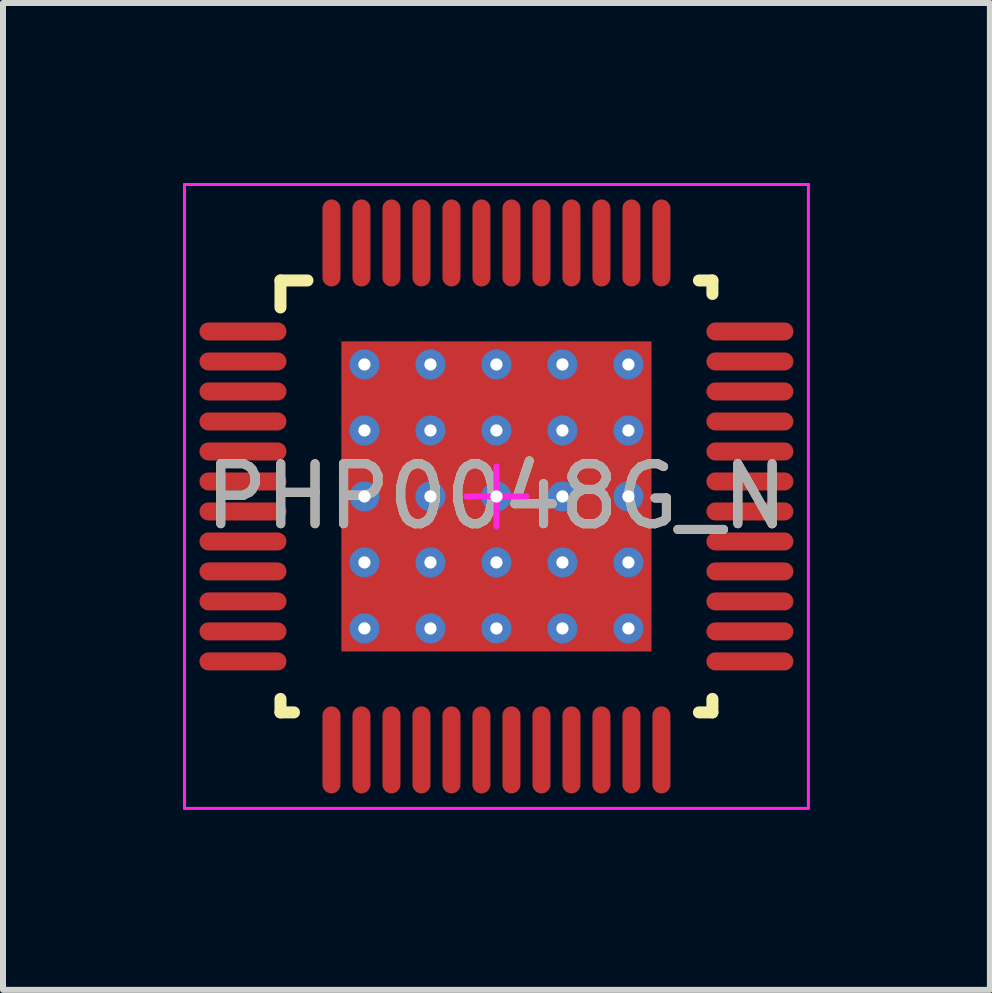
<source format=kicad_pcb>
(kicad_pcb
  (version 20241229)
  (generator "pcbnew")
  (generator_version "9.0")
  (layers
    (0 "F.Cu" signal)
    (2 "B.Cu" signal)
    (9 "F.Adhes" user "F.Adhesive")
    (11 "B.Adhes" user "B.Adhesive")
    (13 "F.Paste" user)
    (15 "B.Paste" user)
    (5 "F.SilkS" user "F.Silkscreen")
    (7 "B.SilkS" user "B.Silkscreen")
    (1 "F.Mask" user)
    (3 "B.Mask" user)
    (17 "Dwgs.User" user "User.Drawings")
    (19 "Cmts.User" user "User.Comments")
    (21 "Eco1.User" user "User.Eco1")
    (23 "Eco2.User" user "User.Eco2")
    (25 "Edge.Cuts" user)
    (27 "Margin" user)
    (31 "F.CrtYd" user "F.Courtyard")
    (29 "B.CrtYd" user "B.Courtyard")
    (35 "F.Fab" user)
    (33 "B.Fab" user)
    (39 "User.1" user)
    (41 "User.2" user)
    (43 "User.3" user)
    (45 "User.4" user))
  (footprint "PHP0048G_N"
    (layer "F.Cu")
    (at 5.225 5.225)
    (property "Reference" "PHP0048G_N" (at 0 0 0) (unlocked yes) (layer "F.SilkS") (effects (font (size 1 1) (thickness 0.15))))
    (attr smd)
    (fp_line (start -3.6 -3.6) (end -3.15 -3.6) (stroke (width 0.2) (type solid)) (layer "F.SilkS"))
    (fp_line (start -3.6 -3.15) (end -3.6 -3.6) (stroke (width 0.2) (type solid)) (layer "F.SilkS"))
    (fp_line (start -3.6 3.6) (end -3.6 3.375) (stroke (width 0.2) (type solid)) (layer "F.SilkS"))
    (fp_line (start -3.6 3.6) (end -3.375 3.6) (stroke (width 0.2) (type solid)) (layer "F.SilkS"))
    (fp_line (start 3.375 -3.6) (end 3.6 -3.6) (stroke (width 0.2) (type solid)) (layer "F.SilkS"))
    (fp_line (start 3.375 3.6) (end 3.6 3.6) (stroke (width 0.2) (type solid)) (layer "F.SilkS"))
    (fp_line (start 3.6 -3.375) (end 3.6 -3.6) (stroke (width 0.2) (type solid)) (layer "F.SilkS"))
    (fp_line (start 3.6 3.6) (end 3.6 3.375) (stroke (width 0.2) (type solid)) (layer "F.SilkS"))
    (fp_line (start -5.2 -5.2) (end 5.2 -5.2) (stroke (width 0.05) (type solid)) (layer "F.CrtYd"))
    (fp_line (start -5.2 5.2) (end -5.2 -5.2) (stroke (width 0.05) (type solid)) (layer "F.CrtYd"))
    (fp_line (start -5.2 5.2) (end 5.2 5.2) (stroke (width 0.05) (type solid)) (layer "F.CrtYd"))
    (fp_line (start -0.5 0) (end 0.5 0) (stroke (width 0.1) (type solid)) (layer "F.CrtYd"))
    (fp_line (start 0 0.5) (end 0 -0.5) (stroke (width 0.1) (type solid)) (layer "F.CrtYd"))
    (fp_line (start 5.2 5.2) (end 5.2 -5.2) (stroke (width 0.05) (type solid)) (layer "F.CrtYd"))
    (fp_text user "${REFERENCE}" (at 0 0 0) (unlocked yes) (layer "F.Fab") (effects (font (size 1 1) (thickness 0.15))))
    (pad "1" smd oval (at -4.225 -2.75 90) (size 0.3 1.45) (layers "F.Cu" "F.Mask" "F.Paste"))
    (pad "2" smd oval (at -4.225 -2.25 90) (size 0.3 1.45) (layers "F.Cu" "F.Mask" "F.Paste"))
    (pad "3" smd oval (at -4.225 -1.75 90) (size 0.3 1.45) (layers "F.Cu" "F.Mask" "F.Paste"))
    (pad "4" smd oval (at -4.225 -1.25 90) (size 0.3 1.45) (layers "F.Cu" "F.Mask" "F.Paste"))
    (pad "5" smd oval (at -4.225 -0.75 90) (size 0.3 1.45) (layers "F.Cu" "F.Mask" "F.Paste"))
    (pad "6" smd oval (at -4.225 -0.25 90) (size 0.3 1.45) (layers "F.Cu" "F.Mask" "F.Paste"))
    (pad "7" smd oval (at -4.225 0.25 90) (size 0.3 1.45) (layers "F.Cu" "F.Mask" "F.Paste"))
    (pad "8" smd oval (at -4.225 0.75 90) (size 0.3 1.45) (layers "F.Cu" "F.Mask" "F.Paste"))
    (pad "9" smd oval (at -4.225 1.25 90) (size 0.3 1.45) (layers "F.Cu" "F.Mask" "F.Paste"))
    (pad "10" smd oval (at -4.225 1.75 90) (size 0.3 1.45) (layers "F.Cu" "F.Mask" "F.Paste"))
    (pad "11" smd oval (at -4.225 2.25 90) (size 0.3 1.45) (layers "F.Cu" "F.Mask" "F.Paste"))
    (pad "12" smd oval (at -4.225 2.75 90) (size 0.3 1.45) (layers "F.Cu" "F.Mask" "F.Paste"))
    (pad "13" smd oval (at -2.75 4.225) (size 0.3 1.45) (layers "F.Cu" "F.Mask" "F.Paste"))
    (pad "14" smd oval (at -2.25 4.225) (size 0.3 1.45) (layers "F.Cu" "F.Mask" "F.Paste"))
    (pad "15" smd oval (at -1.75 4.225) (size 0.3 1.45) (layers "F.Cu" "F.Mask" "F.Paste"))
    (pad "16" smd oval (at -1.25 4.225) (size 0.3 1.45) (layers "F.Cu" "F.Mask" "F.Paste"))
    (pad "17" smd oval (at -0.75 4.225) (size 0.3 1.45) (layers "F.Cu" "F.Mask" "F.Paste"))
    (pad "18" smd oval (at -0.25 4.225) (size 0.3 1.45) (layers "F.Cu" "F.Mask" "F.Paste"))
    (pad "19" smd oval (at 0.25 4.225) (size 0.3 1.45) (layers "F.Cu" "F.Mask" "F.Paste"))
    (pad "20" smd oval (at 0.75 4.225) (size 0.3 1.45) (layers "F.Cu" "F.Mask" "F.Paste"))
    (pad "21" smd oval (at 1.25 4.225) (size 0.3 1.45) (layers "F.Cu" "F.Mask" "F.Paste"))
    (pad "22" smd oval (at 1.75 4.225) (size 0.3 1.45) (layers "F.Cu" "F.Mask" "F.Paste"))
    (pad "23" smd oval (at 2.25 4.225) (size 0.3 1.45) (layers "F.Cu" "F.Mask" "F.Paste"))
    (pad "24" smd oval (at 2.75 4.225) (size 0.3 1.45) (layers "F.Cu" "F.Mask" "F.Paste"))
    (pad "25" smd oval (at 4.225 2.75 90) (size 0.3 1.45) (layers "F.Cu" "F.Mask" "F.Paste"))
    (pad "26" smd oval (at 4.225 2.25 90) (size 0.3 1.45) (layers "F.Cu" "F.Mask" "F.Paste"))
    (pad "27" smd oval (at 4.225 1.75 90) (size 0.3 1.45) (layers "F.Cu" "F.Mask" "F.Paste"))
    (pad "28" smd oval (at 4.225 1.25 90) (size 0.3 1.45) (layers "F.Cu" "F.Mask" "F.Paste"))
    (pad "29" smd oval (at 4.225 0.75 90) (size 0.3 1.45) (layers "F.Cu" "F.Mask" "F.Paste"))
    (pad "30" smd oval (at 4.225 0.25 90) (size 0.3 1.45) (layers "F.Cu" "F.Mask" "F.Paste"))
    (pad "31" smd oval (at 4.225 -0.25 90) (size 0.3 1.45) (layers "F.Cu" "F.Mask" "F.Paste"))
    (pad "32" smd oval (at 4.225 -0.75 90) (size 0.3 1.45) (layers "F.Cu" "F.Mask" "F.Paste"))
    (pad "33" smd oval (at 4.225 -1.25 90) (size 0.3 1.45) (layers "F.Cu" "F.Mask" "F.Paste"))
    (pad "34" smd oval (at 4.225 -1.75 90) (size 0.3 1.45) (layers "F.Cu" "F.Mask" "F.Paste"))
    (pad "35" smd oval (at 4.225 -2.25 90) (size 0.3 1.45) (layers "F.Cu" "F.Mask" "F.Paste"))
    (pad "36" smd oval (at 4.225 -2.75 90) (size 0.3 1.45) (layers "F.Cu" "F.Mask" "F.Paste"))
    (pad "37" smd oval (at 2.75 -4.225) (size 0.3 1.45) (layers "F.Cu" "F.Mask" "F.Paste"))
    (pad "38" smd oval (at 2.25 -4.225) (size 0.3 1.45) (layers "F.Cu" "F.Mask" "F.Paste"))
    (pad "39" smd oval (at 1.75 -4.225) (size 0.3 1.45) (layers "F.Cu" "F.Mask" "F.Paste"))
    (pad "40" smd oval (at 1.25 -4.225) (size 0.3 1.45) (layers "F.Cu" "F.Mask" "F.Paste"))
    (pad "41" smd oval (at 0.75 -4.225) (size 0.3 1.45) (layers "F.Cu" "F.Mask" "F.Paste"))
    (pad "42" smd oval (at 0.25 -4.225) (size 0.3 1.45) (layers "F.Cu" "F.Mask" "F.Paste"))
    (pad "43" smd oval (at -0.25 -4.225) (size 0.3 1.45) (layers "F.Cu" "F.Mask" "F.Paste"))
    (pad "44" smd oval (at -0.75 -4.225) (size 0.3 1.45) (layers "F.Cu" "F.Mask" "F.Paste"))
    (pad "45" smd oval (at -1.25 -4.225) (size 0.3 1.45) (layers "F.Cu" "F.Mask" "F.Paste"))
    (pad "46" smd oval (at -1.75 -4.225) (size 0.3 1.45) (layers "F.Cu" "F.Mask" "F.Paste"))
    (pad "47" smd oval (at -2.25 -4.225) (size 0.3 1.45) (layers "F.Cu" "F.Mask" "F.Paste"))
    (pad "48" smd oval (at -2.75 -4.225) (size 0.3 1.45) (layers "F.Cu" "F.Mask" "F.Paste"))
    (pad "49" thru_hole circle (at -2.2 -2.2) (size 0.5 0.5) (drill 0.203) (layers "*.Cu" "*.Mask"))
    (pad "49" thru_hole circle (at -2.2 -1.1) (size 0.5 0.5) (drill 0.203) (layers "*.Cu" "*.Mask"))
    (pad "49" thru_hole circle (at -2.2 0) (size 0.5 0.5) (drill 0.203) (layers "*.Cu" "*.Mask"))
    (pad "49" thru_hole circle (at -2.2 1.1) (size 0.5 0.5) (drill 0.203) (layers "*.Cu" "*.Mask"))
    (pad "49" thru_hole circle (at -2.2 2.2) (size 0.5 0.5) (drill 0.203) (layers "*.Cu" "*.Mask"))
    (pad "49" thru_hole circle (at -1.1 -2.2) (size 0.5 0.5) (drill 0.203) (layers "*.Cu" "*.Mask"))
    (pad "49" thru_hole circle (at -1.1 -1.1) (size 0.5 0.5) (drill 0.203) (layers "*.Cu" "*.Mask"))
    (pad "49" thru_hole circle (at -1.1 0) (size 0.5 0.5) (drill 0.203) (layers "*.Cu" "*.Mask"))
    (pad "49" thru_hole circle (at -1.1 1.1) (size 0.5 0.5) (drill 0.203) (layers "*.Cu" "*.Mask"))
    (pad "49" thru_hole circle (at -1.1 2.2) (size 0.5 0.5) (drill 0.203) (layers "*.Cu" "*.Mask"))
    (pad "49" thru_hole circle (at 0 -2.2) (size 0.5 0.5) (drill 0.203) (layers "*.Cu" "*.Mask"))
    (pad "49" thru_hole circle (at 0 -1.1) (size 0.5 0.5) (drill 0.203) (layers "*.Cu" "*.Mask"))
    (pad "49" smd rect (at 0 -0.000003) (size 5.17 5.17) (layers "F.Cu" "F.Mask" "F.Paste"))
    (pad "49" thru_hole circle (at 0 0) (size 0.5 0.5) (drill 0.203) (layers "*.Cu" "*.Mask"))
    (pad "49" thru_hole circle (at 0 1.1) (size 0.5 0.5) (drill 0.203) (layers "*.Cu" "*.Mask"))
    (pad "49" thru_hole circle (at 0 2.2) (size 0.5 0.5) (drill 0.203) (layers "*.Cu" "*.Mask"))
    (pad "49" thru_hole circle (at 1.1 -2.2) (size 0.5 0.5) (drill 0.203) (layers "*.Cu" "*.Mask"))
    (pad "49" thru_hole circle (at 1.1 -1.1) (size 0.5 0.5) (drill 0.203) (layers "*.Cu" "*.Mask"))
    (pad "49" thru_hole circle (at 1.1 0) (size 0.5 0.5) (drill 0.203) (layers "*.Cu" "*.Mask"))
    (pad "49" thru_hole circle (at 1.1 1.1) (size 0.5 0.5) (drill 0.203) (layers "*.Cu" "*.Mask"))
    (pad "49" thru_hole circle (at 1.1 2.2) (size 0.5 0.5) (drill 0.203) (layers "*.Cu" "*.Mask"))
    (pad "49" thru_hole circle (at 2.2 -2.2) (size 0.5 0.5) (drill 0.203) (layers "*.Cu" "*.Mask"))
    (pad "49" thru_hole circle (at 2.2 -1.1) (size 0.5 0.5) (drill 0.203) (layers "*.Cu" "*.Mask"))
    (pad "49" thru_hole circle (at 2.2 0) (size 0.5 0.5) (drill 0.203) (layers "*.Cu" "*.Mask"))
    (pad "49" thru_hole circle (at 2.2 1.1) (size 0.5 0.5) (drill 0.203) (layers "*.Cu" "*.Mask"))
    (pad "49" thru_hole circle (at 2.2 2.2) (size 0.5 0.5) (drill 0.203) (layers "*.Cu" "*.Mask")))
  (gr_rect
    (start -3 -3)
    (end 13.45 13.45)
    (stroke (width 0.1) (type default))
    (fill no)
    (layer "Edge.Cuts")))
</source>
